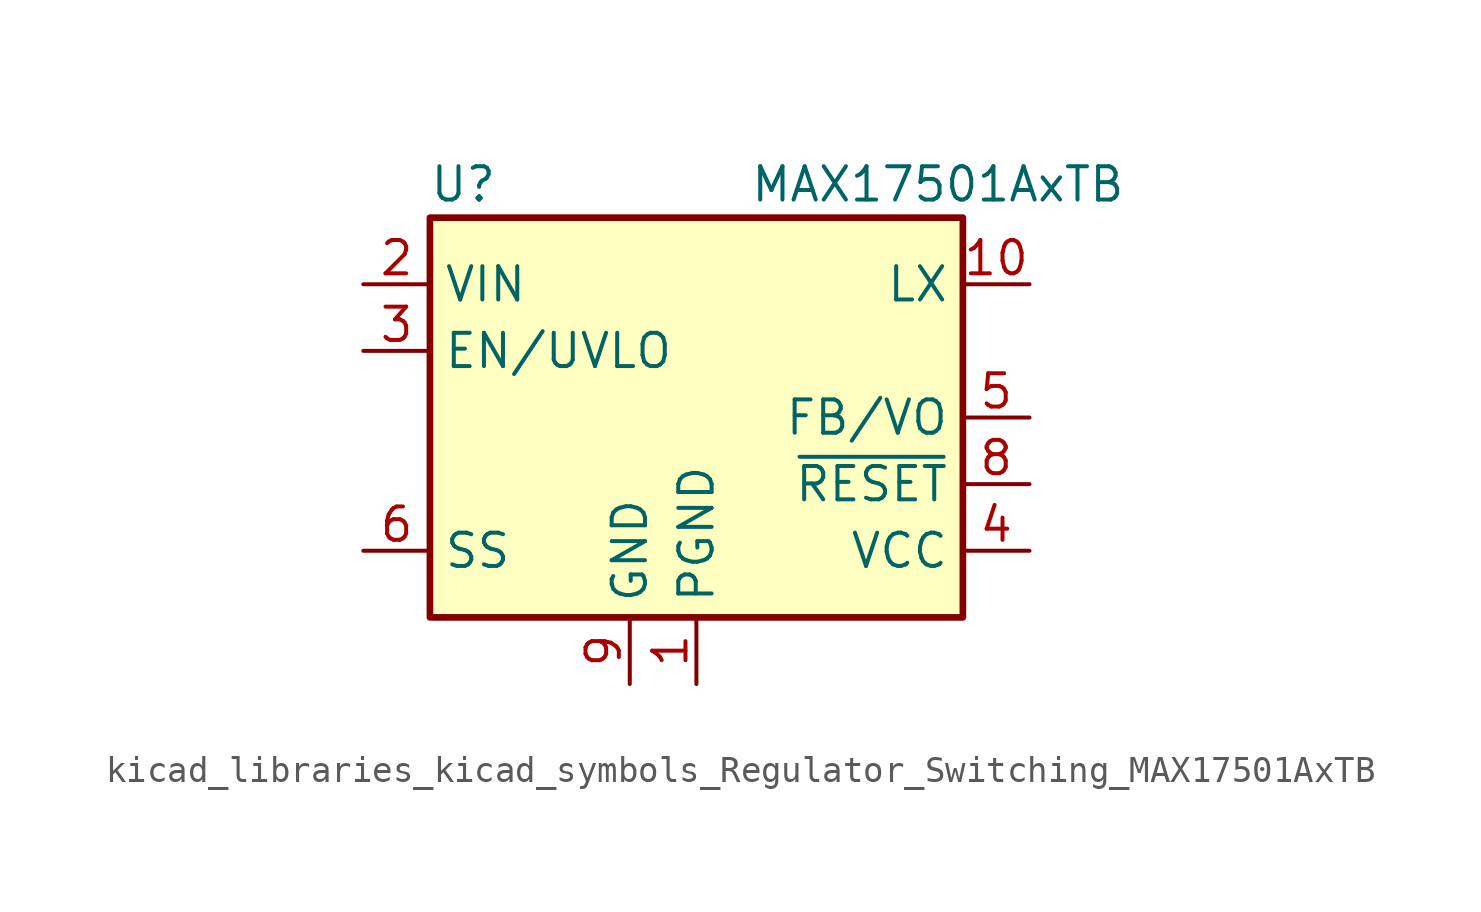
<source format=kicad_sym>
(kicad_symbol_lib
  (version 20220914)
  (generator kicad_symbol_editor)
  (symbol "kicad_libraries_kicad_symbols_Regulator_Switching_MAX17501AxTB"
    (property "Reference" "U"
      (at -8.89 8.89 0)
      (effects (font (size 1.27 1.27))))
    (property "Value" "MAX17501AxTB"
      (at 2.032 8.89 0)
      (effects (font (size 1.27 1.27)) (justify left)))
    (symbol "kicad_libraries_kicad_symbols_Regulator_Switching_MAX17501AxTB_0_1"
      (rectangle (start -10.16 7.62) (end 10.16 -7.62) (stroke (width 0.254) (type default)) (fill (type background))))
    (symbol "kicad_libraries_kicad_symbols_Regulator_Switching_MAX17501AxTB_1_1"
      (pin power_in line (at 0 -10.16 90) (length 2.54) (name "PGND" (effects (font (size 1.27 1.27)))) (number "1" (effects (font (size 1.27 1.27)))))
      (pin power_out line (at 12.7 5.08 180) (length 2.54) (name "LX" (effects (font (size 1.27 1.27)))) (number "10" (effects (font (size 1.27 1.27)))))
      (pin passive line (at -2.54 -10.16 90) (length 2.54) hide (name "GND" (effects (font (size 1.27 1.27)))) (number "11" (effects (font (size 1.27 1.27)))))
      (pin power_in line (at -12.7 5.08 0) (length 2.54) (name "VIN" (effects (font (size 1.27 1.27)))) (number "2" (effects (font (size 1.27 1.27)))))
      (pin input line (at -12.7 2.54 0) (length 2.54) (name "EN/UVLO" (effects (font (size 1.27 1.27)))) (number "3" (effects (font (size 1.27 1.27)))))
      (pin power_out line (at 12.7 -5.08 180) (length 2.54) (name "VCC" (effects (font (size 1.27 1.27)))) (number "4" (effects (font (size 1.27 1.27)))))
      (pin input line (at 12.7 0 180) (length 2.54) (name "FB/VO" (effects (font (size 1.27 1.27)))) (number "5" (effects (font (size 1.27 1.27)))))
      (pin passive line (at -12.7 -5.08 0) (length 2.54) (name "SS" (effects (font (size 1.27 1.27)))) (number "6" (effects (font (size 1.27 1.27)))))
      (pin no_connect line (at -10.16 -2.54 0) (length 2.54) hide (name "NC" (effects (font (size 1.27 1.27)))) (number "7" (effects (font (size 1.27 1.27)))))
      (pin open_collector line (at 12.7 -2.54 180) (length 2.54) (name "~{RESET}" (effects (font (size 1.27 1.27)))) (number "8" (effects (font (size 1.27 1.27)))))
      (pin power_in line (at -2.54 -10.16 90) (length 2.54) (name "GND" (effects (font (size 1.27 1.27)))) (number "9" (effects (font (size 1.27 1.27))))))))
</source>
